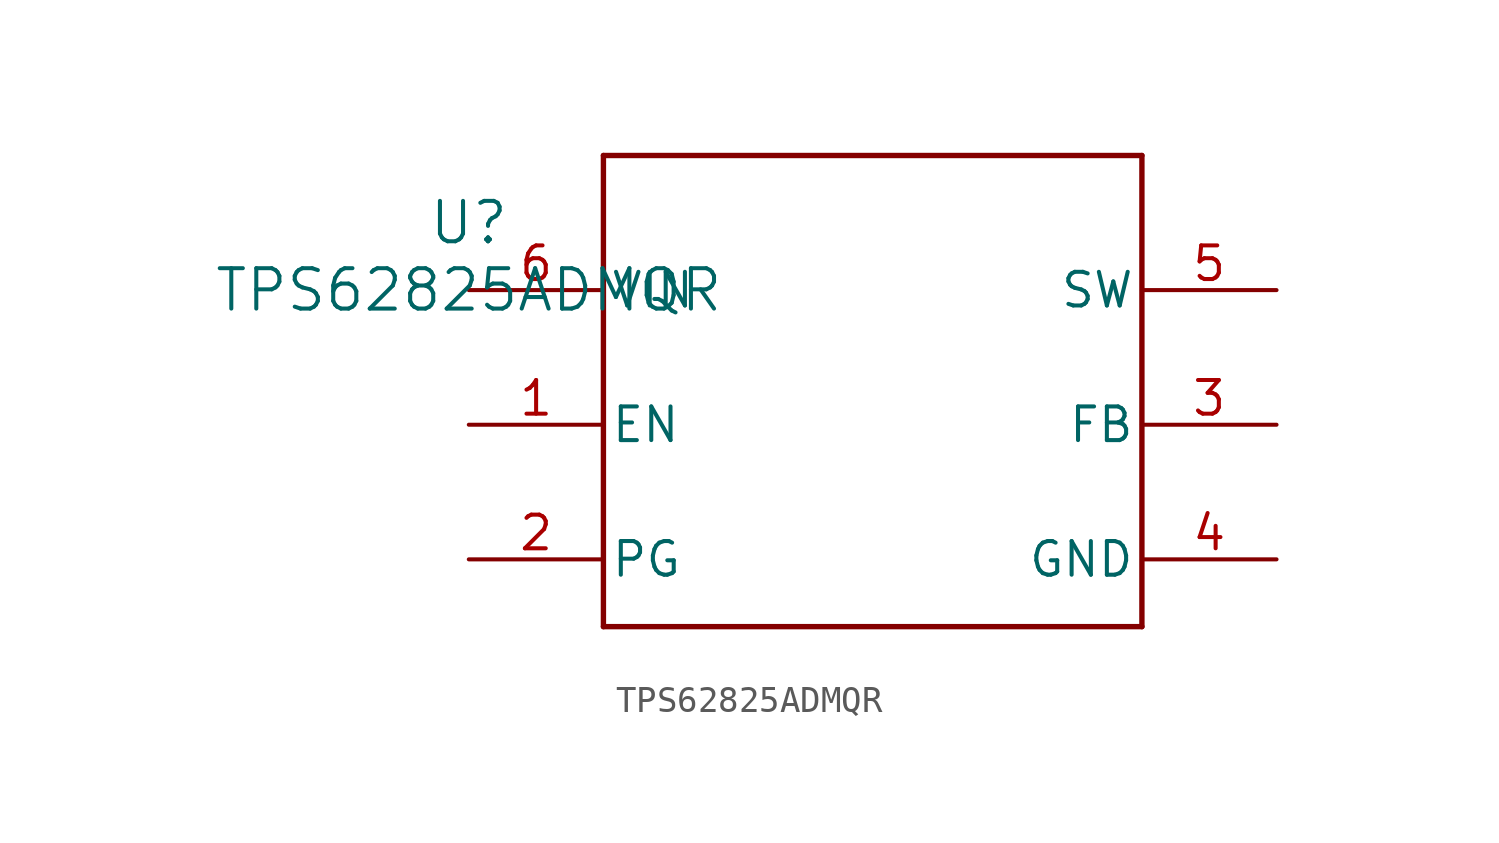
<source format=kicad_sym>
(kicad_symbol_lib
  (version 20211014)
  (generator kicad_symbol_editor)
  (symbol "TPS62825ADMQR"
    (pin_names
      (offset 0.254))
    (property "Reference" "U"
      (at 0 2.54 0)
      (effects (font (size 1.524 1.524))))
    (property "Value" "TPS62825ADMQR"
      (at 0 0 0)
      (effects (font (size 1.524 1.524))))
    (symbol "TPS62825ADMQR_0_1"
      (polyline (pts (xy 5.08 -12.7) (xy 25.4 -12.7)) (stroke (width 0.203) (type default) (color 0 0 0 0)) (fill (type none)))
      (polyline (pts (xy 25.4 -12.7) (xy 25.4 5.08)) (stroke (width 0.203) (type default) (color 0 0 0 0)) (fill (type none)))
      (polyline (pts (xy 25.4 5.08) (xy 5.08 5.08)) (stroke (width 0.203) (type default) (color 0 0 0 0)) (fill (type none)))
      (polyline (pts (xy 5.08 5.08) (xy 5.08 -12.7)) (stroke (width 0.203) (type default) (color 0 0 0 0)) (fill (type none)))
      (pin input line (at 0 -5.08 0) (length 5.08) (name "EN" (effects (font (size 1.27 1.27)))) (number "1" (effects (font (size 1.27 1.27)))))
      (pin open_collector line (at 0 -10.16 0) (length 5.08) (name "PG" (effects (font (size 1.27 1.27)))) (number "2" (effects (font (size 1.27 1.27)))))
      (pin unspecified line (at 30.48 -5.08 180) (length 5.08) (name "FB" (effects (font (size 1.27 1.27)))) (number "3" (effects (font (size 1.27 1.27)))))
      (pin power_in line (at 30.48 -10.16 180) (length 5.08) (name "GND" (effects (font (size 1.27 1.27)))) (number "4" (effects (font (size 1.27 1.27)))))
      (pin power_in line (at 30.48 0 180) (length 5.08) (name "SW" (effects (font (size 1.27 1.27)))) (number "5" (effects (font (size 1.27 1.27)))))
      (pin power_in line (at 0 0 0) (length 5.08) (name "VIN" (effects (font (size 1.27 1.27)))) (number "6" (effects (font (size 1.27 1.27))))))))
</source>
